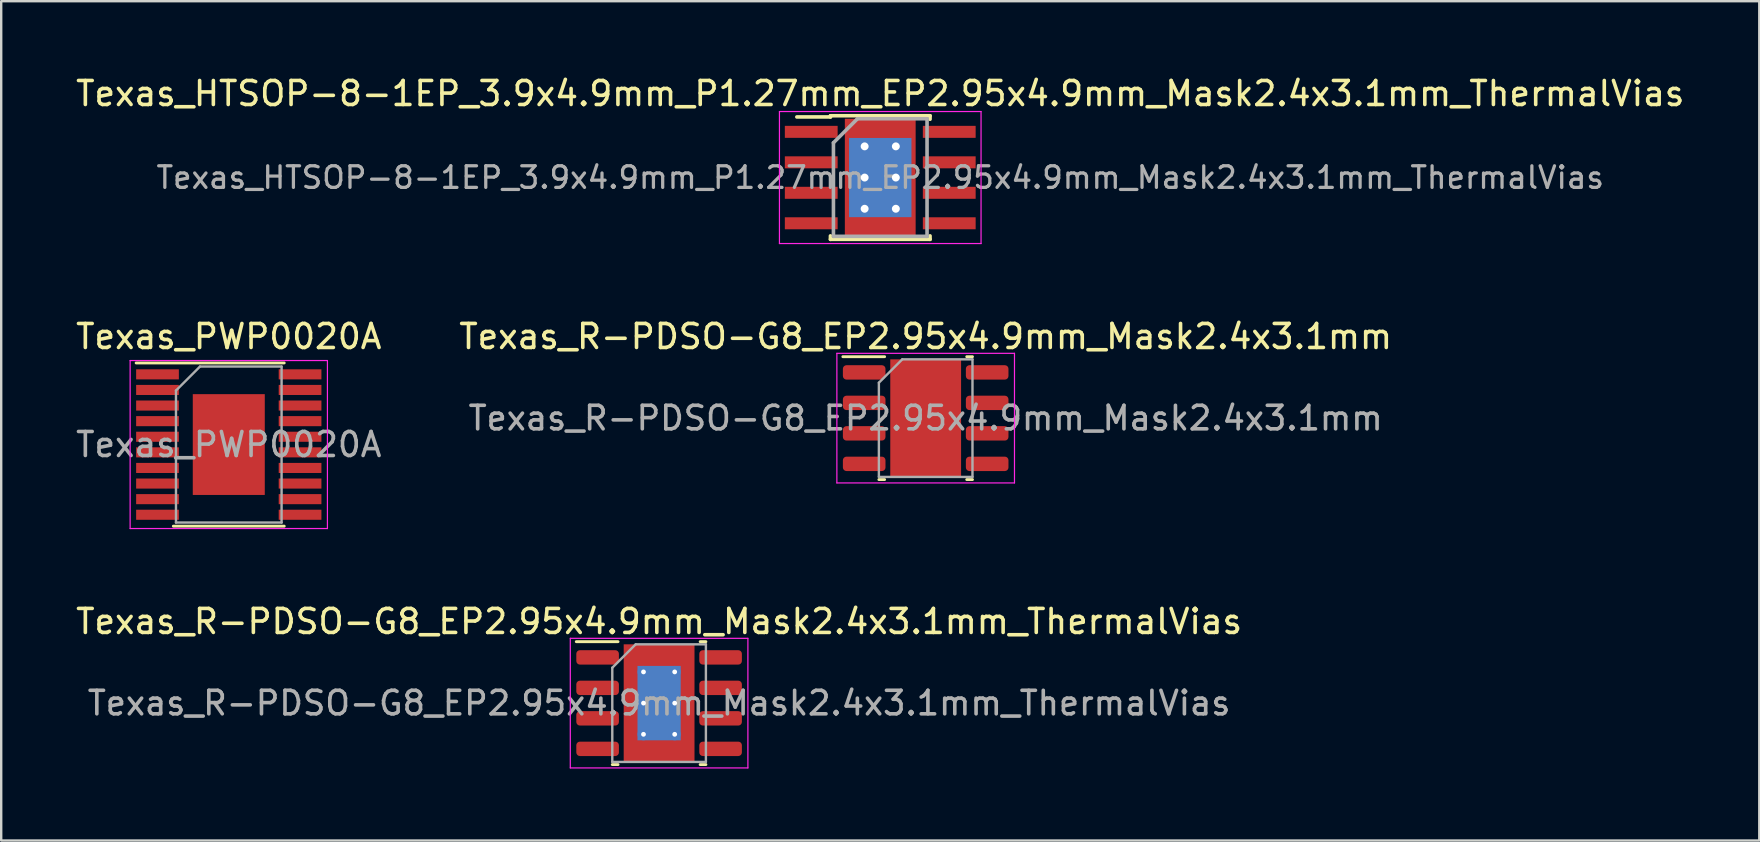
<source format=kicad_pcb>
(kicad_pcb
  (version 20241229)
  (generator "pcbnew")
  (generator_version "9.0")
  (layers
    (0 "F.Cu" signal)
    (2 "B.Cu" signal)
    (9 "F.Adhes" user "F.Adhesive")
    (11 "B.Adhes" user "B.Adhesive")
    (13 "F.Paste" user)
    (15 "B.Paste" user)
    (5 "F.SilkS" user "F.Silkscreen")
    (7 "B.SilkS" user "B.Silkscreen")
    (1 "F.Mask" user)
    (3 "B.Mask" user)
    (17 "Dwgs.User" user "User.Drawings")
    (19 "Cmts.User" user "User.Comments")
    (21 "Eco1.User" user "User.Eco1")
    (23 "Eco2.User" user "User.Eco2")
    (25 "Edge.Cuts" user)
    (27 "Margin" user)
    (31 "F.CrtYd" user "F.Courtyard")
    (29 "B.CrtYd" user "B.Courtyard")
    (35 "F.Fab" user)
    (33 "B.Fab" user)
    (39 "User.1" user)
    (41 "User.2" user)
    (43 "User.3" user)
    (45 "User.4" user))
  (footprint "Texas_HTSOP-8-1EP_3.9x4.9mm_P1.27mm_EP2.95x4.9mm_Mask2.4x3.1mm_ThermalVias"
    (layer "F.Cu")
    (at 33.625 4.348)
    (property "Reference" "Texas_HTSOP-8-1EP_3.9x4.9mm_P1.27mm_EP2.95x4.9mm_Mask2.4x3.1mm_ThermalVias" (at 0 -3.5 0) (layer "F.SilkS") (effects (font (size 1 1) (thickness 0.15))))
    (attr smd)
    (fp_line (start -2.075 -2.575) (end -2.075 -2.525) (stroke (width 0.15) (type solid)) (layer "F.SilkS"))
    (fp_line (start -2.075 -2.575) (end 2.075 -2.575) (stroke (width 0.15) (type solid)) (layer "F.SilkS"))
    (fp_line (start -2.075 -2.525) (end -3.475 -2.525) (stroke (width 0.15) (type solid)) (layer "F.SilkS"))
    (fp_line (start -2.075 2.575) (end -2.075 2.43) (stroke (width 0.15) (type solid)) (layer "F.SilkS"))
    (fp_line (start -2.075 2.575) (end 2.075 2.575) (stroke (width 0.15) (type solid)) (layer "F.SilkS"))
    (fp_line (start 2.075 -2.575) (end 2.075 -2.43) (stroke (width 0.15) (type solid)) (layer "F.SilkS"))
    (fp_line (start 2.075 2.575) (end 2.075 2.43) (stroke (width 0.15) (type solid)) (layer "F.SilkS"))
    (fp_line (start -4.2 -2.75) (end -4.2 2.75) (stroke (width 0.05) (type solid)) (layer "F.CrtYd"))
    (fp_line (start -4.2 -2.75) (end 4.2 -2.75) (stroke (width 0.05) (type solid)) (layer "F.CrtYd"))
    (fp_line (start -4.2 2.75) (end 4.2 2.75) (stroke (width 0.05) (type solid)) (layer "F.CrtYd"))
    (fp_line (start 4.2 -2.75) (end 4.2 2.75) (stroke (width 0.05) (type solid)) (layer "F.CrtYd"))
    (fp_line (start -1.95 -1.45) (end -0.95 -2.45) (stroke (width 0.15) (type solid)) (layer "F.Fab"))
    (fp_line (start -1.95 2.45) (end -1.95 -1.45) (stroke (width 0.15) (type solid)) (layer "F.Fab"))
    (fp_line (start -0.95 -2.45) (end 1.95 -2.45) (stroke (width 0.15) (type solid)) (layer "F.Fab"))
    (fp_line (start 1.95 -2.45) (end 1.95 2.45) (stroke (width 0.15) (type solid)) (layer "F.Fab"))
    (fp_line (start 1.95 2.45) (end -1.95 2.45) (stroke (width 0.15) (type solid)) (layer "F.Fab"))
    (fp_text user "${REFERENCE}" (at 0 0 0) (layer "F.Fab") (effects (font (size 0.9 0.9) (thickness 0.135))))
    (pad "" smd rect (at 0 0) (size 2.4 3.1) (layers "F.Mask"))
    (pad "" smd rect (at 0 0) (size 2.4 3.1) (layers "F.Paste"))
    (pad "1" smd rect (at -2.875 -1.905) (size 2.2 0.5) (layers "F.Cu" "F.Mask" "F.Paste"))
    (pad "2" smd rect (at -2.875 -0.635) (size 2.2 0.5) (layers "F.Cu" "F.Mask" "F.Paste"))
    (pad "3" smd rect (at -2.875 0.635) (size 2.2 0.5) (layers "F.Cu" "F.Mask" "F.Paste"))
    (pad "4" smd rect (at -2.875 1.905) (size 2.2 0.5) (layers "F.Cu" "F.Mask" "F.Paste"))
    (pad "5" smd rect (at 2.875 1.905) (size 2.2 0.5) (layers "F.Cu" "F.Mask" "F.Paste"))
    (pad "6" smd rect (at 2.875 0.635) (size 2.2 0.5) (layers "F.Cu" "F.Mask" "F.Paste"))
    (pad "7" smd rect (at 2.875 -0.635) (size 2.2 0.5) (layers "F.Cu" "F.Mask" "F.Paste"))
    (pad "8" smd rect (at 2.875 -1.905) (size 2.2 0.5) (layers "F.Cu" "F.Mask" "F.Paste"))
    (pad "9" thru_hole circle (at -0.65 -1.3) (size 0.63 0.63) (drill 0.33) (layers "*.Cu" "*.Mask"))
    (pad "9" thru_hole circle (at -0.65 0) (size 0.63 0.63) (drill 0.33) (layers "*.Cu" "*.Mask"))
    (pad "9" thru_hole circle (at -0.65 1.3) (size 0.63 0.63) (drill 0.33) (layers "*.Cu" "*.Mask"))
    (pad "9" smd rect (at 0 0) (size 2.6 3.3) (layers "B.Cu"))
    (pad "9" smd rect (at 0 0) (size 2.95 4.9) (layers "F.Cu"))
    (pad "9" thru_hole circle (at 0.65 -1.3) (size 0.63 0.63) (drill 0.33) (layers "*.Cu" "*.Mask"))
    (pad "9" thru_hole circle (at 0.65 0) (size 0.63 0.63) (drill 0.33) (layers "*.Cu" "*.Mask"))
    (pad "9" thru_hole circle (at 0.65 1.3) (size 0.63 0.63) (drill 0.33) (layers "*.Cu" "*.Mask")))
  (footprint "Texas_R-PDSO-G8_EP2.95x4.9mm_Mask2.4x3.1mm"
    (layer "F.Cu")
    (at 35.518 14.371)
    (property "Reference" "Texas_R-PDSO-G8_EP2.95x4.9mm_Mask2.4x3.1mm" (at 0 -3.4 0) (layer "F.SilkS") (effects (font (size 1 1) (thickness 0.15))))
    (attr smd)
    (fp_line (start -1.711 -2.56) (end -3.45 -2.56) (stroke (width 0.12) (type solid)) (layer "F.SilkS"))
    (fp_line (start -1.711 2.56) (end -1.95 2.56) (stroke (width 0.12) (type solid)) (layer "F.SilkS"))
    (fp_line (start 1.711 -2.56) (end 1.95 -2.56) (stroke (width 0.12) (type solid)) (layer "F.SilkS"))
    (fp_line (start 1.711 2.56) (end 1.95 2.56) (stroke (width 0.12) (type solid)) (layer "F.SilkS"))
    (fp_line (start -3.7 -2.7) (end -3.7 2.7) (stroke (width 0.05) (type solid)) (layer "F.CrtYd"))
    (fp_line (start -3.7 2.7) (end 3.7 2.7) (stroke (width 0.05) (type solid)) (layer "F.CrtYd"))
    (fp_line (start 3.7 -2.7) (end -3.7 -2.7) (stroke (width 0.05) (type solid)) (layer "F.CrtYd"))
    (fp_line (start 3.7 2.7) (end 3.7 -2.7) (stroke (width 0.05) (type solid)) (layer "F.CrtYd"))
    (fp_line (start -1.95 -1.475) (end -0.975 -2.45) (stroke (width 0.1) (type solid)) (layer "F.Fab"))
    (fp_line (start -1.95 2.45) (end -1.95 -1.475) (stroke (width 0.1) (type solid)) (layer "F.Fab"))
    (fp_line (start -0.975 -2.45) (end 1.95 -2.45) (stroke (width 0.1) (type solid)) (layer "F.Fab"))
    (fp_line (start 1.95 -2.45) (end 1.95 2.45) (stroke (width 0.1) (type solid)) (layer "F.Fab"))
    (fp_line (start 1.95 2.45) (end -1.95 2.45) (stroke (width 0.1) (type solid)) (layer "F.Fab"))
    (fp_text user "${REFERENCE}" (at 0 0 0) (layer "F.Fab") (effects (font (size 0.98 0.98) (thickness 0.15))))
    (pad "" smd roundrect (at -0.6 -1.03) (size 0.97 0.83) (layers "F.Paste") (roundrect_rratio 0.25))
    (pad "" smd roundrect (at -0.6 0) (size 0.97 0.83) (layers "F.Paste") (roundrect_rratio 0.25))
    (pad "" smd roundrect (at -0.6 1.03) (size 0.97 0.83) (layers "F.Paste") (roundrect_rratio 0.25))
    (pad "" smd rect (at 0 0) (size 2.4 3.1) (layers "F.Mask"))
    (pad "" smd roundrect (at 0.6 -1.03) (size 0.97 0.83) (layers "F.Paste") (roundrect_rratio 0.25))
    (pad "" smd roundrect (at 0.6 0) (size 0.97 0.83) (layers "F.Paste") (roundrect_rratio 0.25))
    (pad "" smd roundrect (at 0.6 1.03) (size 0.97 0.83) (layers "F.Paste") (roundrect_rratio 0.25))
    (pad "1" smd roundrect (at -2.562 -1.905) (size 1.775 0.6) (layers "F.Cu" "F.Mask" "F.Paste") (roundrect_rratio 0.25))
    (pad "2" smd roundrect (at -2.562 -0.635) (size 1.775 0.6) (layers "F.Cu" "F.Mask" "F.Paste") (roundrect_rratio 0.25))
    (pad "3" smd roundrect (at -2.562 0.635) (size 1.775 0.6) (layers "F.Cu" "F.Mask" "F.Paste") (roundrect_rratio 0.25))
    (pad "4" smd roundrect (at -2.562 1.905) (size 1.775 0.6) (layers "F.Cu" "F.Mask" "F.Paste") (roundrect_rratio 0.25))
    (pad "5" smd roundrect (at 2.562 1.905) (size 1.775 0.6) (layers "F.Cu" "F.Mask" "F.Paste") (roundrect_rratio 0.25))
    (pad "6" smd roundrect (at 2.562 0.635) (size 1.775 0.6) (layers "F.Cu" "F.Mask" "F.Paste") (roundrect_rratio 0.25))
    (pad "7" smd roundrect (at 2.562 -0.635) (size 1.775 0.6) (layers "F.Cu" "F.Mask" "F.Paste") (roundrect_rratio 0.25))
    (pad "8" smd roundrect (at 2.562 -1.905) (size 1.775 0.6) (layers "F.Cu" "F.Mask" "F.Paste") (roundrect_rratio 0.25))
    (pad "9" smd rect (at 0 0) (size 2.95 4.9) (layers "F.Cu")))
  (footprint "Texas_PWP0020A"
    (layer "F.Cu")
    (at 6.482 15.472)
    (property "Reference" "Texas_PWP0020A" (at 0 -4.5 0) (layer "F.SilkS") (effects (font (size 1 1) (thickness 0.15))))
    (attr smd)
    (fp_line (start 2.31 -3.4) (end -3.86 -3.4) (stroke (width 0.12) (type solid)) (layer "F.SilkS"))
    (fp_line (start 2.31 3.4) (end -2.31 3.4) (stroke (width 0.12) (type solid)) (layer "F.SilkS"))
    (fp_line (start -4.11 -3.5) (end -4.11 3.5) (stroke (width 0.05) (type solid)) (layer "F.CrtYd"))
    (fp_line (start -4.11 3.5) (end 4.11 3.5) (stroke (width 0.05) (type solid)) (layer "F.CrtYd"))
    (fp_line (start 4.11 -3.5) (end -4.11 -3.5) (stroke (width 0.05) (type solid)) (layer "F.CrtYd"))
    (fp_line (start 4.11 3.5) (end 4.11 -3.5) (stroke (width 0.05) (type solid)) (layer "F.CrtYd"))
    (fp_line (start -2.2 -2.25) (end -2.2 3.25) (stroke (width 0.1) (type solid)) (layer "F.Fab"))
    (fp_line (start -2.2 3.25) (end 2.2 3.25) (stroke (width 0.1) (type solid)) (layer "F.Fab"))
    (fp_line (start -1.2 -3.25) (end -2.2 -2.25) (stroke (width 0.1) (type solid)) (layer "F.Fab"))
    (fp_line (start 2.2 -3.25) (end -1.2 -3.25) (stroke (width 0.1) (type solid)) (layer "F.Fab"))
    (fp_line (start 2.2 3.25) (end 2.2 -3.25) (stroke (width 0.1) (type solid)) (layer "F.Fab"))
    (fp_text user "${REFERENCE}" (at 0 0 0) (layer "F.Fab") (effects (font (size 1 1) (thickness 0.15))))
    (pad "" smd rect (at -0.713 -1.012) (size 1.275 1.875) (layers "F.Paste"))
    (pad "" smd rect (at -0.713 1.012) (size 1.275 1.875) (layers "F.Paste"))
    (pad "" smd rect (at 0.713 -1.012) (size 1.275 1.875) (layers "F.Paste"))
    (pad "" smd rect (at 0.713 1.012) (size 1.275 1.875) (layers "F.Paste"))
    (pad "1" smd rect (at -2.97 -2.925) (size 1.78 0.42) (layers "F.Cu" "F.Mask" "F.Paste"))
    (pad "2" smd rect (at -2.97 -2.275) (size 1.78 0.42) (layers "F.Cu" "F.Mask" "F.Paste"))
    (pad "3" smd rect (at -2.97 -1.625) (size 1.78 0.42) (layers "F.Cu" "F.Mask" "F.Paste"))
    (pad "4" smd rect (at -2.97 -0.975) (size 1.78 0.42) (layers "F.Cu" "F.Mask" "F.Paste"))
    (pad "5" smd rect (at -2.97 -0.325) (size 1.78 0.42) (layers "F.Cu" "F.Mask" "F.Paste"))
    (pad "6" smd rect (at -2.97 0.325) (size 1.78 0.42) (layers "F.Cu" "F.Mask" "F.Paste"))
    (pad "7" smd rect (at -2.97 0.975) (size 1.78 0.42) (layers "F.Cu" "F.Mask" "F.Paste"))
    (pad "8" smd rect (at -2.97 1.625) (size 1.78 0.42) (layers "F.Cu" "F.Mask" "F.Paste"))
    (pad "9" smd rect (at -2.97 2.275) (size 1.78 0.42) (layers "F.Cu" "F.Mask" "F.Paste"))
    (pad "10" smd rect (at -2.97 2.925) (size 1.78 0.42) (layers "F.Cu" "F.Mask" "F.Paste"))
    (pad "11" smd rect (at 2.97 2.925) (size 1.78 0.42) (layers "F.Cu" "F.Mask" "F.Paste"))
    (pad "12" smd rect (at 2.97 2.275) (size 1.78 0.42) (layers "F.Cu" "F.Mask" "F.Paste"))
    (pad "13" smd rect (at 2.97 1.625) (size 1.78 0.42) (layers "F.Cu" "F.Mask" "F.Paste"))
    (pad "14" smd rect (at 2.97 0.975) (size 1.78 0.42) (layers "F.Cu" "F.Mask" "F.Paste"))
    (pad "15" smd rect (at 2.97 0.325) (size 1.78 0.42) (layers "F.Cu" "F.Mask" "F.Paste"))
    (pad "16" smd rect (at 2.97 -0.325) (size 1.78 0.42) (layers "F.Cu" "F.Mask" "F.Paste"))
    (pad "17" smd rect (at 2.97 -0.975) (size 1.78 0.42) (layers "F.Cu" "F.Mask" "F.Paste"))
    (pad "18" smd rect (at 2.97 -1.625) (size 1.78 0.42) (layers "F.Cu" "F.Mask" "F.Paste"))
    (pad "19" smd rect (at 2.97 -2.275) (size 1.78 0.42) (layers "F.Cu" "F.Mask" "F.Paste"))
    (pad "20" smd rect (at 2.97 -2.925) (size 1.78 0.42) (layers "F.Cu" "F.Mask" "F.Paste"))
    (pad "21" smd rect (at 0 0) (size 3 4.2) (layers "F.Cu" "F.Mask")))
  (footprint "Texas_R-PDSO-G8_EP2.95x4.9mm_Mask2.4x3.1mm_ThermalVias"
    (layer "F.Cu")
    (at 24.411 26.245)
    (property "Reference" "Texas_R-PDSO-G8_EP2.95x4.9mm_Mask2.4x3.1mm_ThermalVias" (at 0 -3.4 0) (layer "F.SilkS") (effects (font (size 1 1) (thickness 0.15))))
    (attr smd)
    (fp_line (start -1.711 -2.56) (end -3.45 -2.56) (stroke (width 0.12) (type solid)) (layer "F.SilkS"))
    (fp_line (start -1.711 2.56) (end -1.95 2.56) (stroke (width 0.12) (type solid)) (layer "F.SilkS"))
    (fp_line (start 1.711 -2.56) (end 1.95 -2.56) (stroke (width 0.12) (type solid)) (layer "F.SilkS"))
    (fp_line (start 1.711 2.56) (end 1.95 2.56) (stroke (width 0.12) (type solid)) (layer "F.SilkS"))
    (fp_line (start -3.7 -2.7) (end -3.7 2.7) (stroke (width 0.05) (type solid)) (layer "F.CrtYd"))
    (fp_line (start -3.7 2.7) (end 3.7 2.7) (stroke (width 0.05) (type solid)) (layer "F.CrtYd"))
    (fp_line (start 3.7 -2.7) (end -3.7 -2.7) (stroke (width 0.05) (type solid)) (layer "F.CrtYd"))
    (fp_line (start 3.7 2.7) (end 3.7 -2.7) (stroke (width 0.05) (type solid)) (layer "F.CrtYd"))
    (fp_line (start -1.95 -1.475) (end -0.975 -2.45) (stroke (width 0.1) (type solid)) (layer "F.Fab"))
    (fp_line (start -1.95 2.45) (end -1.95 -1.475) (stroke (width 0.1) (type solid)) (layer "F.Fab"))
    (fp_line (start -0.975 -2.45) (end 1.95 -2.45) (stroke (width 0.1) (type solid)) (layer "F.Fab"))
    (fp_line (start 1.95 -2.45) (end 1.95 2.45) (stroke (width 0.1) (type solid)) (layer "F.Fab"))
    (fp_line (start 1.95 2.45) (end -1.95 2.45) (stroke (width 0.1) (type solid)) (layer "F.Fab"))
    (fp_text user "${REFERENCE}" (at 0 0 0) (layer "F.Fab") (effects (font (size 0.98 0.98) (thickness 0.15))))
    (pad "" smd roundrect (at -0.6 -1.03) (size 1.04 0.89) (layers "F.Paste") (roundrect_rratio 0.25))
    (pad "" smd roundrect (at -0.6 0) (size 1.04 0.89) (layers "F.Paste") (roundrect_rratio 0.25))
    (pad "" smd roundrect (at -0.6 1.03) (size 1.04 0.89) (layers "F.Paste") (roundrect_rratio 0.25))
    (pad "" smd rect (at 0 0) (size 2.4 3.1) (layers "F.Mask"))
    (pad "" smd roundrect (at 0.6 -1.03) (size 1.04 0.89) (layers "F.Paste") (roundrect_rratio 0.25))
    (pad "" smd roundrect (at 0.6 0) (size 1.04 0.89) (layers "F.Paste") (roundrect_rratio 0.25))
    (pad "" smd roundrect (at 0.6 1.03) (size 1.04 0.89) (layers "F.Paste") (roundrect_rratio 0.25))
    (pad "1" smd roundrect (at -2.562 -1.905) (size 1.775 0.6) (layers "F.Cu" "F.Mask" "F.Paste") (roundrect_rratio 0.25))
    (pad "2" smd roundrect (at -2.562 -0.635) (size 1.775 0.6) (layers "F.Cu" "F.Mask" "F.Paste") (roundrect_rratio 0.25))
    (pad "3" smd roundrect (at -2.562 0.635) (size 1.775 0.6) (layers "F.Cu" "F.Mask" "F.Paste") (roundrect_rratio 0.25))
    (pad "4" smd roundrect (at -2.562 1.905) (size 1.775 0.6) (layers "F.Cu" "F.Mask" "F.Paste") (roundrect_rratio 0.25))
    (pad "5" smd roundrect (at 2.562 1.905) (size 1.775 0.6) (layers "F.Cu" "F.Mask" "F.Paste") (roundrect_rratio 0.25))
    (pad "6" smd roundrect (at 2.562 0.635) (size 1.775 0.6) (layers "F.Cu" "F.Mask" "F.Paste") (roundrect_rratio 0.25))
    (pad "7" smd roundrect (at 2.562 -0.635) (size 1.775 0.6) (layers "F.Cu" "F.Mask" "F.Paste") (roundrect_rratio 0.25))
    (pad "8" smd roundrect (at 2.562 -1.905) (size 1.775 0.6) (layers "F.Cu" "F.Mask" "F.Paste") (roundrect_rratio 0.25))
    (pad "9" thru_hole circle (at -0.65 -1.3) (size 0.5 0.5) (drill 0.2) (layers "*.Cu"))
    (pad "9" thru_hole circle (at -0.65 0) (size 0.5 0.5) (drill 0.2) (layers "*.Cu"))
    (pad "9" thru_hole circle (at -0.65 1.3) (size 0.5 0.5) (drill 0.2) (layers "*.Cu"))
    (pad "9" smd rect (at 0 0) (size 1.8 3.1) (layers "B.Cu"))
    (pad "9" smd rect (at 0 0) (size 2.95 4.9) (layers "F.Cu"))
    (pad "9" thru_hole circle (at 0.65 -1.3) (size 0.5 0.5) (drill 0.2) (layers "*.Cu"))
    (pad "9" thru_hole circle (at 0.65 0) (size 0.5 0.5) (drill 0.2) (layers "*.Cu"))
    (pad "9" thru_hole circle (at 0.65 1.3) (size 0.5 0.5) (drill 0.2) (layers "*.Cu")))
  (gr_rect
    (start -3 -3)
    (end 70.25 31.97)
    (stroke (width 0.1) (type default))
    (fill no)
    (layer "Edge.Cuts")))
</source>
